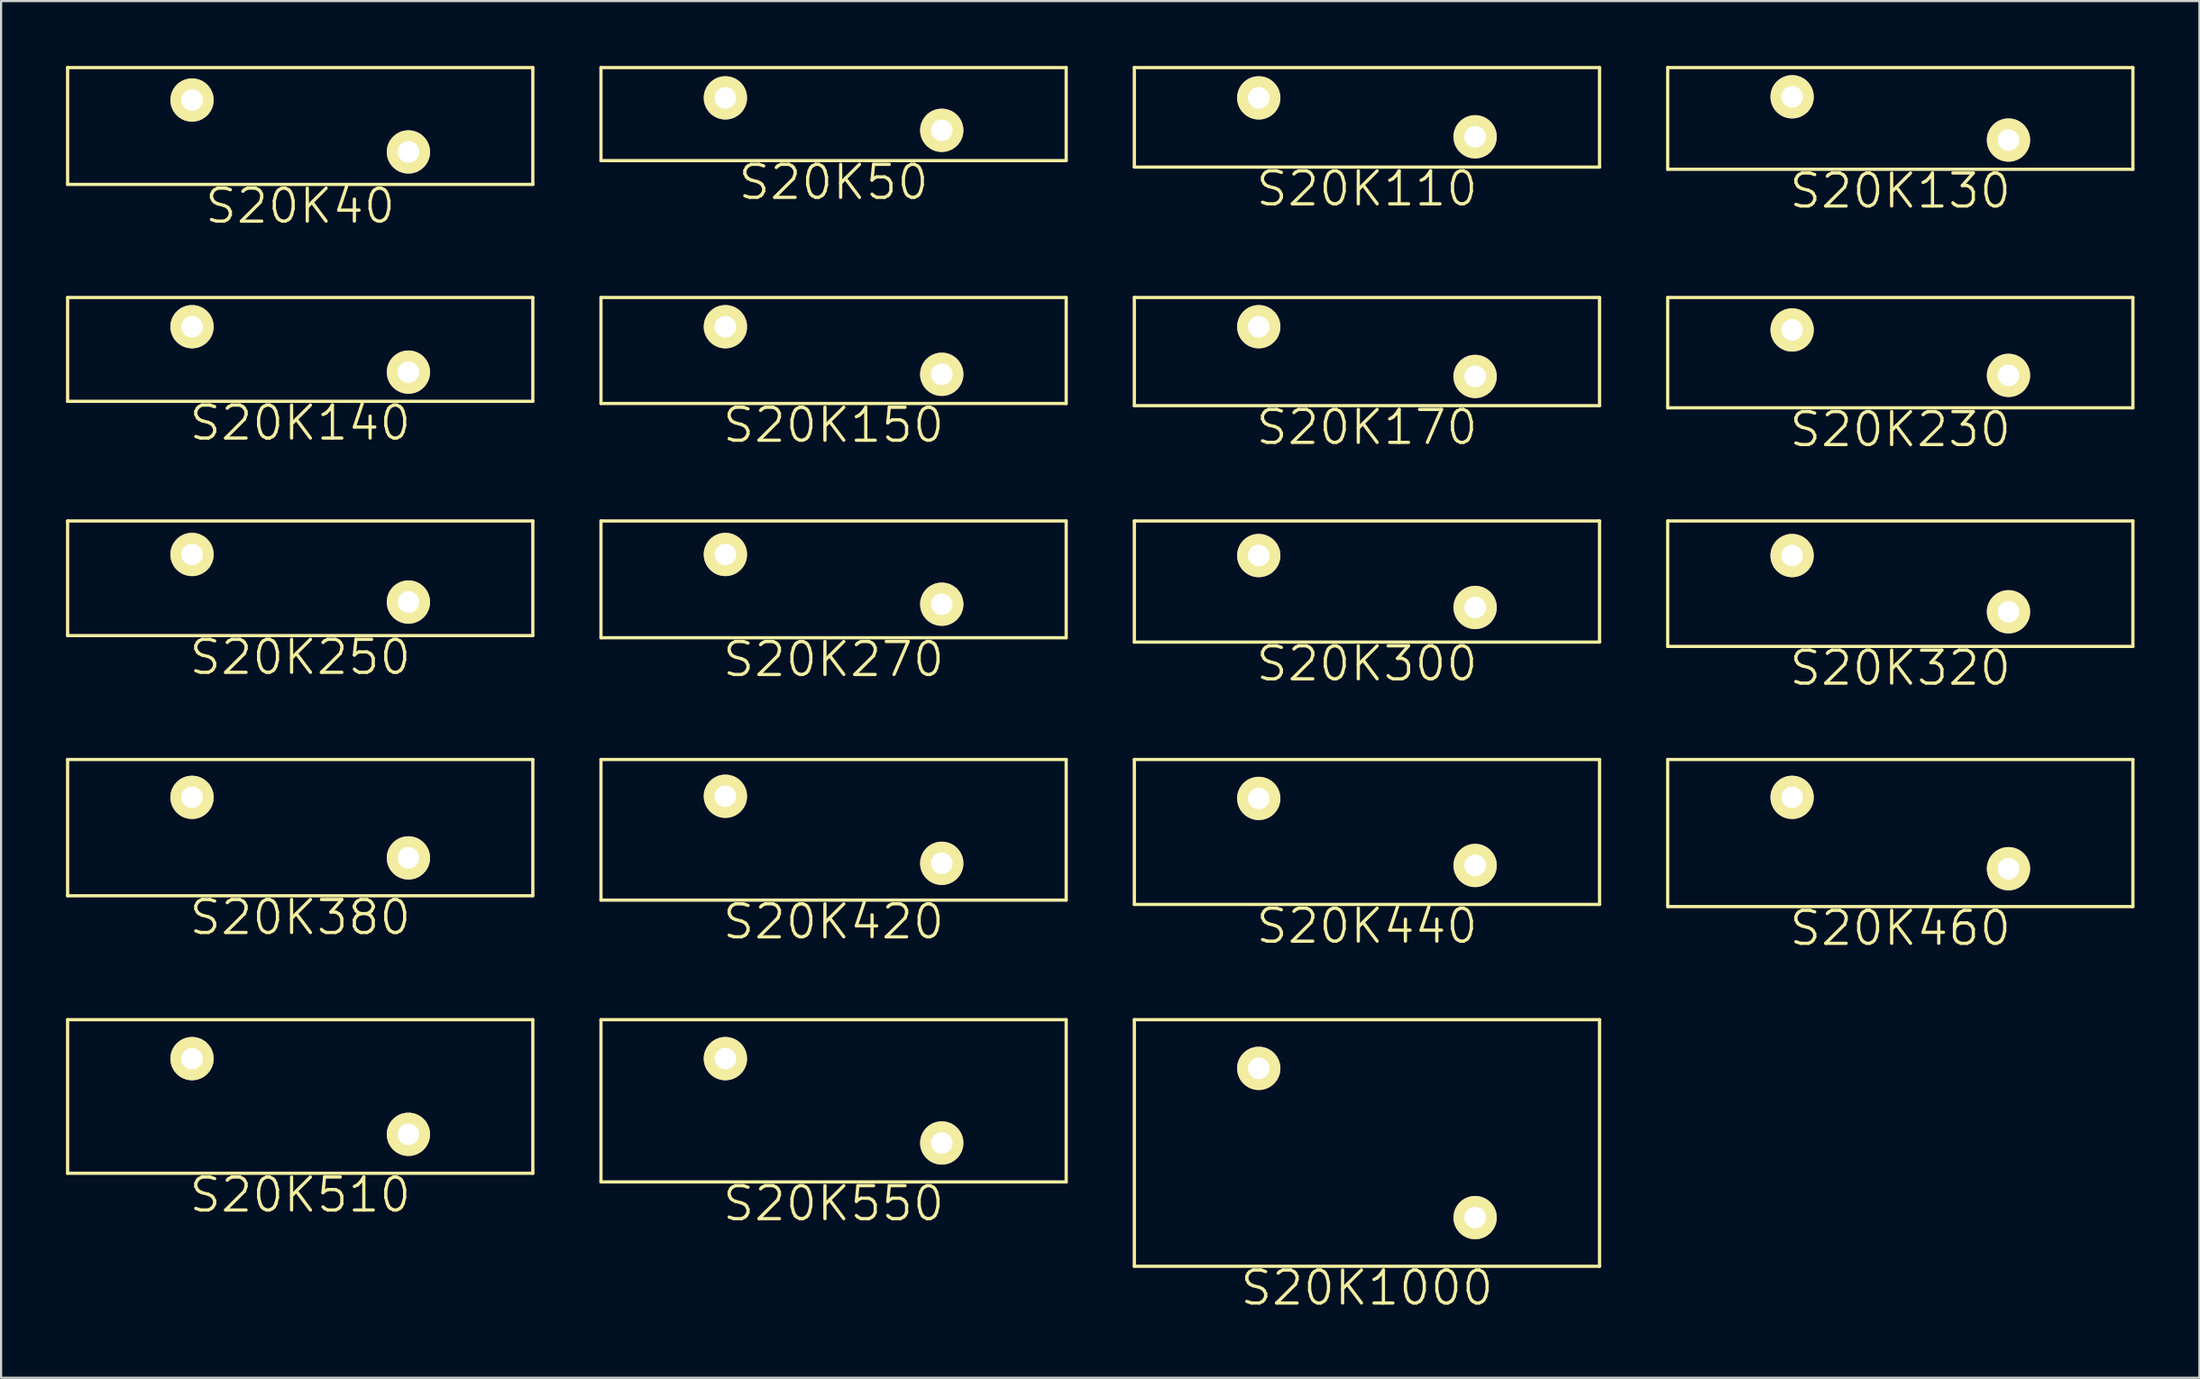
<source format=kicad_pcb>
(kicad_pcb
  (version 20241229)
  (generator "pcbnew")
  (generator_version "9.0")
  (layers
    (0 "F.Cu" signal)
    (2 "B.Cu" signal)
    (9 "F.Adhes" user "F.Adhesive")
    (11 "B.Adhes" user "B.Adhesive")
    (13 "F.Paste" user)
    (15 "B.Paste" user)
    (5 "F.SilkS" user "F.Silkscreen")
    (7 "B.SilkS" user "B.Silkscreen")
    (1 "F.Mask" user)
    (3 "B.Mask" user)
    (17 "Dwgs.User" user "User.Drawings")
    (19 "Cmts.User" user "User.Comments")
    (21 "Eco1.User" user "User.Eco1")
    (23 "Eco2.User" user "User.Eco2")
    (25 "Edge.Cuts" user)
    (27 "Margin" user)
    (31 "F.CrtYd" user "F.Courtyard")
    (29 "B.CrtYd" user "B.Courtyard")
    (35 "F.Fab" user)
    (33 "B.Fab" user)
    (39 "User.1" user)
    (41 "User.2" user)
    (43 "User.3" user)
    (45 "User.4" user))
  (footprint "S20K510"
    (layer "F.Cu")
    (at 5.825 45.894)
    (property "Reference" "S20K510" (at 5 6.3 0) (layer "F.SilkS") (effects (font (size 1.524 1.524) (thickness 0.15))))
    (attr through_hole)
    (fp_line (start -5.75 -1.8) (end -5.75 5.3) (stroke (width 0.15) (type solid)) (layer "F.SilkS"))
    (fp_line (start -5.75 -1.8) (end 15.75 -1.8) (stroke (width 0.15) (type solid)) (layer "F.SilkS"))
    (fp_line (start -5.75 5.3) (end 15.75 5.3) (stroke (width 0.15) (type solid)) (layer "F.SilkS"))
    (fp_line (start 15.75 -1.8) (end 15.75 5.3) (stroke (width 0.15) (type solid)) (layer "F.SilkS"))
    (pad "1" thru_hole circle (at 0 0) (size 2 2) (drill 1) (layers "*.Cu" "*.Mask" "F.SilkS"))
    (pad "2" thru_hole circle (at 10 3.5) (size 2 2) (drill 1) (layers "*.Cu" "*.Mask" "F.SilkS")))
  (footprint "S20K300"
    (layer "F.Cu")
    (at 55.125 22.635)
    (property "Reference" "S20K300" (at 5 5 0) (layer "F.SilkS") (effects (font (size 1.524 1.524) (thickness 0.15))))
    (attr through_hole)
    (fp_line (start -5.75 -1.6) (end -5.75 4) (stroke (width 0.15) (type solid)) (layer "F.SilkS"))
    (fp_line (start -5.75 -1.6) (end 15.75 -1.6) (stroke (width 0.15) (type solid)) (layer "F.SilkS"))
    (fp_line (start -5.75 4) (end 15.75 4) (stroke (width 0.15) (type solid)) (layer "F.SilkS"))
    (fp_line (start 15.75 -1.6) (end 15.75 4) (stroke (width 0.15) (type solid)) (layer "F.SilkS"))
    (pad "1" thru_hole circle (at 0 0) (size 2 2) (drill 1) (layers "*.Cu" "*.Mask" "F.SilkS"))
    (pad "2" thru_hole circle (at 10 2.4) (size 2 2) (drill 1) (layers "*.Cu" "*.Mask" "F.SilkS")))
  (footprint "S20K150"
    (layer "F.Cu")
    (at 30.475 12.055)
    (property "Reference" "S20K150" (at 5 4.55 0) (layer "F.SilkS") (effects (font (size 1.524 1.524) (thickness 0.15))))
    (attr through_hole)
    (fp_line (start -5.75 -1.35) (end -5.75 3.55) (stroke (width 0.15) (type solid)) (layer "F.SilkS"))
    (fp_line (start -5.75 -1.35) (end 15.75 -1.35) (stroke (width 0.15) (type solid)) (layer "F.SilkS"))
    (fp_line (start -5.75 3.55) (end 15.75 3.55) (stroke (width 0.15) (type solid)) (layer "F.SilkS"))
    (fp_line (start 15.75 -1.35) (end 15.75 3.55) (stroke (width 0.15) (type solid)) (layer "F.SilkS"))
    (pad "1" thru_hole circle (at 0 0) (size 2 2) (drill 1) (layers "*.Cu" "*.Mask" "F.SilkS"))
    (pad "2" thru_hole circle (at 10 2.2) (size 2 2) (drill 1) (layers "*.Cu" "*.Mask" "F.SilkS")))
  (footprint "S20K40"
    (layer "F.Cu")
    (at 5.825 1.575)
    (property "Reference" "S20K40" (at 5 4.9 0) (layer "F.SilkS") (effects (font (size 1.524 1.524) (thickness 0.15))))
    (attr through_hole)
    (fp_line (start -5.75 -1.5) (end -5.75 3.9) (stroke (width 0.15) (type solid)) (layer "F.SilkS"))
    (fp_line (start -5.75 -1.5) (end 15.75 -1.5) (stroke (width 0.15) (type solid)) (layer "F.SilkS"))
    (fp_line (start -5.75 3.9) (end 15.75 3.9) (stroke (width 0.15) (type solid)) (layer "F.SilkS"))
    (fp_line (start 15.75 -1.5) (end 15.75 3.9) (stroke (width 0.15) (type solid)) (layer "F.SilkS"))
    (pad "1" thru_hole circle (at 0 0) (size 2 2) (drill 1) (layers "*.Cu" "*.Mask" "F.SilkS"))
    (pad "2" thru_hole circle (at 10 2.4) (size 2 2) (drill 1) (layers "*.Cu" "*.Mask" "F.SilkS")))
  (footprint "S20K440"
    (layer "F.Cu")
    (at 55.125 33.864)
    (property "Reference" "S20K440" (at 5 5.9 0) (layer "F.SilkS") (effects (font (size 1.524 1.524) (thickness 0.15))))
    (attr through_hole)
    (fp_line (start -5.75 -1.8) (end -5.75 4.9) (stroke (width 0.15) (type solid)) (layer "F.SilkS"))
    (fp_line (start -5.75 -1.8) (end 15.75 -1.8) (stroke (width 0.15) (type solid)) (layer "F.SilkS"))
    (fp_line (start -5.75 4.9) (end 15.75 4.9) (stroke (width 0.15) (type solid)) (layer "F.SilkS"))
    (fp_line (start 15.75 -1.8) (end 15.75 4.9) (stroke (width 0.15) (type solid)) (layer "F.SilkS"))
    (pad "1" thru_hole circle (at 0 0) (size 2 2) (drill 1) (layers "*.Cu" "*.Mask" "F.SilkS"))
    (pad "2" thru_hole circle (at 10 3.1) (size 2 2) (drill 1) (layers "*.Cu" "*.Mask" "F.SilkS")))
  (footprint "S20K550"
    (layer "F.Cu")
    (at 30.475 45.894)
    (property "Reference" "S20K550" (at 5 6.7 0) (layer "F.SilkS") (effects (font (size 1.524 1.524) (thickness 0.15))))
    (attr through_hole)
    (fp_line (start -5.75 -1.8) (end -5.75 5.7) (stroke (width 0.15) (type solid)) (layer "F.SilkS"))
    (fp_line (start -5.75 -1.8) (end 15.75 -1.8) (stroke (width 0.15) (type solid)) (layer "F.SilkS"))
    (fp_line (start -5.75 5.7) (end 15.75 5.7) (stroke (width 0.15) (type solid)) (layer "F.SilkS"))
    (fp_line (start 15.75 -1.8) (end 15.75 5.7) (stroke (width 0.15) (type solid)) (layer "F.SilkS"))
    (pad "1" thru_hole circle (at 0 0) (size 2 2) (drill 1) (layers "*.Cu" "*.Mask" "F.SilkS"))
    (pad "2" thru_hole circle (at 10 3.9) (size 2 2) (drill 1) (layers "*.Cu" "*.Mask" "F.SilkS")))
  (footprint "S20K170"
    (layer "F.Cu")
    (at 55.125 12.055)
    (property "Reference" "S20K170" (at 5 4.65 0) (layer "F.SilkS") (effects (font (size 1.524 1.524) (thickness 0.15))))
    (attr through_hole)
    (fp_line (start -5.75 -1.35) (end -5.75 3.65) (stroke (width 0.15) (type solid)) (layer "F.SilkS"))
    (fp_line (start -5.75 -1.35) (end 15.75 -1.35) (stroke (width 0.15) (type solid)) (layer "F.SilkS"))
    (fp_line (start -5.75 3.65) (end 15.75 3.65) (stroke (width 0.15) (type solid)) (layer "F.SilkS"))
    (fp_line (start 15.75 -1.35) (end 15.75 3.65) (stroke (width 0.15) (type solid)) (layer "F.SilkS"))
    (pad "1" thru_hole circle (at 0 0) (size 2 2) (drill 1) (layers "*.Cu" "*.Mask" "F.SilkS"))
    (pad "2" thru_hole circle (at 10 2.3) (size 2 2) (drill 1) (layers "*.Cu" "*.Mask" "F.SilkS")))
  (footprint "S20K320"
    (layer "F.Cu")
    (at 79.775 22.635)
    (property "Reference" "S20K320" (at 5 5.2 0) (layer "F.SilkS") (effects (font (size 1.524 1.524) (thickness 0.15))))
    (attr through_hole)
    (fp_line (start -5.75 -1.6) (end -5.75 4.2) (stroke (width 0.15) (type solid)) (layer "F.SilkS"))
    (fp_line (start -5.75 -1.6) (end 15.75 -1.6) (stroke (width 0.15) (type solid)) (layer "F.SilkS"))
    (fp_line (start -5.75 4.2) (end 15.75 4.2) (stroke (width 0.15) (type solid)) (layer "F.SilkS"))
    (fp_line (start 15.75 -1.6) (end 15.75 4.2) (stroke (width 0.15) (type solid)) (layer "F.SilkS"))
    (pad "1" thru_hole circle (at 0 0) (size 2 2) (drill 1) (layers "*.Cu" "*.Mask" "F.SilkS"))
    (pad "2" thru_hole circle (at 10 2.6) (size 2 2) (drill 1) (layers "*.Cu" "*.Mask" "F.SilkS")))
  (footprint "S20K1000"
    (layer "F.Cu")
    (at 55.125 46.344)
    (property "Reference" "S20K1000" (at 5 10.15 0) (layer "F.SilkS") (effects (font (size 1.524 1.524) (thickness 0.15))))
    (attr through_hole)
    (fp_line (start -5.75 -2.25) (end -5.75 9.15) (stroke (width 0.15) (type solid)) (layer "F.SilkS"))
    (fp_line (start -5.75 -2.25) (end 15.75 -2.25) (stroke (width 0.15) (type solid)) (layer "F.SilkS"))
    (fp_line (start -5.75 9.15) (end 15.75 9.15) (stroke (width 0.15) (type solid)) (layer "F.SilkS"))
    (fp_line (start 15.75 -2.25) (end 15.75 9.15) (stroke (width 0.15) (type solid)) (layer "F.SilkS"))
    (pad "1" thru_hole circle (at 0 0) (size 2 2) (drill 1) (layers "*.Cu" "*.Mask" "F.SilkS"))
    (pad "2" thru_hole circle (at 10 6.9) (size 2 2) (drill 1) (layers "*.Cu" "*.Mask" "F.SilkS")))
  (footprint "S20K110"
    (layer "F.Cu")
    (at 55.125 1.475)
    (property "Reference" "S20K110" (at 5 4.2 0) (layer "F.SilkS") (effects (font (size 1.524 1.524) (thickness 0.15))))
    (attr through_hole)
    (fp_line (start -5.75 -1.4) (end -5.75 3.2) (stroke (width 0.15) (type solid)) (layer "F.SilkS"))
    (fp_line (start -5.75 -1.4) (end 15.75 -1.4) (stroke (width 0.15) (type solid)) (layer "F.SilkS"))
    (fp_line (start -5.75 3.2) (end 15.75 3.2) (stroke (width 0.15) (type solid)) (layer "F.SilkS"))
    (fp_line (start 15.75 -1.4) (end 15.75 3.2) (stroke (width 0.15) (type solid)) (layer "F.SilkS"))
    (pad "1" thru_hole circle (at 0 0) (size 2 2) (drill 1) (layers "*.Cu" "*.Mask" "F.SilkS"))
    (pad "2" thru_hole circle (at 10 1.8) (size 2 2) (drill 1) (layers "*.Cu" "*.Mask" "F.SilkS")))
  (footprint "S20K460"
    (layer "F.Cu")
    (at 79.775 33.814)
    (property "Reference" "S20K460" (at 5 6.05 0) (layer "F.SilkS") (effects (font (size 1.524 1.524) (thickness 0.15))))
    (attr through_hole)
    (fp_line (start -5.75 -1.75) (end -5.75 5.05) (stroke (width 0.15) (type solid)) (layer "F.SilkS"))
    (fp_line (start -5.75 -1.75) (end 15.75 -1.75) (stroke (width 0.15) (type solid)) (layer "F.SilkS"))
    (fp_line (start -5.75 5.05) (end 15.75 5.05) (stroke (width 0.15) (type solid)) (layer "F.SilkS"))
    (fp_line (start 15.75 -1.75) (end 15.75 5.05) (stroke (width 0.15) (type solid)) (layer "F.SilkS"))
    (pad "1" thru_hole circle (at 0 0) (size 2 2) (drill 1) (layers "*.Cu" "*.Mask" "F.SilkS"))
    (pad "2" thru_hole circle (at 10 3.3) (size 2 2) (drill 1) (layers "*.Cu" "*.Mask" "F.SilkS")))
  (footprint "S20K380"
    (layer "F.Cu")
    (at 5.825 33.814)
    (property "Reference" "S20K380" (at 5 5.55 0) (layer "F.SilkS") (effects (font (size 1.524 1.524) (thickness 0.15))))
    (attr through_hole)
    (fp_line (start -5.75 -1.75) (end -5.75 4.55) (stroke (width 0.15) (type solid)) (layer "F.SilkS"))
    (fp_line (start -5.75 -1.75) (end 15.75 -1.75) (stroke (width 0.15) (type solid)) (layer "F.SilkS"))
    (fp_line (start -5.75 4.55) (end 15.75 4.55) (stroke (width 0.15) (type solid)) (layer "F.SilkS"))
    (fp_line (start 15.75 -1.75) (end 15.75 4.55) (stroke (width 0.15) (type solid)) (layer "F.SilkS"))
    (pad "1" thru_hole circle (at 0 0) (size 2 2) (drill 1) (layers "*.Cu" "*.Mask" "F.SilkS"))
    (pad "2" thru_hole circle (at 10 2.8) (size 2 2) (drill 1) (layers "*.Cu" "*.Mask" "F.SilkS")))
  (footprint "S20K420"
    (layer "F.Cu")
    (at 30.475 33.764)
    (property "Reference" "S20K420" (at 5 5.8 0) (layer "F.SilkS") (effects (font (size 1.524 1.524) (thickness 0.15))))
    (attr through_hole)
    (fp_line (start -5.75 -1.7) (end -5.75 4.8) (stroke (width 0.15) (type solid)) (layer "F.SilkS"))
    (fp_line (start -5.75 -1.7) (end 15.75 -1.7) (stroke (width 0.15) (type solid)) (layer "F.SilkS"))
    (fp_line (start -5.75 4.8) (end 15.75 4.8) (stroke (width 0.15) (type solid)) (layer "F.SilkS"))
    (fp_line (start 15.75 -1.7) (end 15.75 4.8) (stroke (width 0.15) (type solid)) (layer "F.SilkS"))
    (pad "1" thru_hole circle (at 0 0) (size 2 2) (drill 1) (layers "*.Cu" "*.Mask" "F.SilkS"))
    (pad "2" thru_hole circle (at 10 3.1) (size 2 2) (drill 1) (layers "*.Cu" "*.Mask" "F.SilkS")))
  (footprint "S20K230"
    (layer "F.Cu")
    (at 79.775 12.205)
    (property "Reference" "S20K230" (at 5 4.6 0) (layer "F.SilkS") (effects (font (size 1.524 1.524) (thickness 0.15))))
    (attr through_hole)
    (fp_line (start -5.75 -1.5) (end -5.75 3.6) (stroke (width 0.15) (type solid)) (layer "F.SilkS"))
    (fp_line (start -5.75 -1.5) (end 15.75 -1.5) (stroke (width 0.15) (type solid)) (layer "F.SilkS"))
    (fp_line (start -5.75 3.6) (end 15.75 3.6) (stroke (width 0.15) (type solid)) (layer "F.SilkS"))
    (fp_line (start 15.75 -1.5) (end 15.75 3.6) (stroke (width 0.15) (type solid)) (layer "F.SilkS"))
    (pad "1" thru_hole circle (at 0 0) (size 2 2) (drill 1) (layers "*.Cu" "*.Mask" "F.SilkS"))
    (pad "2" thru_hole circle (at 10 2.1) (size 2 2) (drill 1) (layers "*.Cu" "*.Mask" "F.SilkS")))
  (footprint "S20K140"
    (layer "F.Cu")
    (at 5.825 12.055)
    (property "Reference" "S20K140" (at 5 4.45 0) (layer "F.SilkS") (effects (font (size 1.524 1.524) (thickness 0.15))))
    (attr through_hole)
    (fp_line (start -5.75 -1.35) (end -5.75 3.45) (stroke (width 0.15) (type solid)) (layer "F.SilkS"))
    (fp_line (start -5.75 -1.35) (end 15.75 -1.35) (stroke (width 0.15) (type solid)) (layer "F.SilkS"))
    (fp_line (start -5.75 3.45) (end 15.75 3.45) (stroke (width 0.15) (type solid)) (layer "F.SilkS"))
    (fp_line (start 15.75 -1.35) (end 15.75 3.45) (stroke (width 0.15) (type solid)) (layer "F.SilkS"))
    (pad "1" thru_hole circle (at 0 0) (size 2 2) (drill 1) (layers "*.Cu" "*.Mask" "F.SilkS"))
    (pad "2" thru_hole circle (at 10 2.1) (size 2 2) (drill 1) (layers "*.Cu" "*.Mask" "F.SilkS")))
  (footprint "S20K250"
    (layer "F.Cu")
    (at 5.825 22.585)
    (property "Reference" "S20K250" (at 5 4.75 0) (layer "F.SilkS") (effects (font (size 1.524 1.524) (thickness 0.15))))
    (attr through_hole)
    (fp_line (start -5.75 -1.55) (end -5.75 3.75) (stroke (width 0.15) (type solid)) (layer "F.SilkS"))
    (fp_line (start -5.75 -1.55) (end 15.75 -1.55) (stroke (width 0.15) (type solid)) (layer "F.SilkS"))
    (fp_line (start -5.75 3.75) (end 15.75 3.75) (stroke (width 0.15) (type solid)) (layer "F.SilkS"))
    (fp_line (start 15.75 -1.55) (end 15.75 3.75) (stroke (width 0.15) (type solid)) (layer "F.SilkS"))
    (pad "1" thru_hole circle (at 0 0) (size 2 2) (drill 1) (layers "*.Cu" "*.Mask" "F.SilkS"))
    (pad "2" thru_hole circle (at 10 2.2) (size 2 2) (drill 1) (layers "*.Cu" "*.Mask" "F.SilkS")))
  (footprint "S20K130"
    (layer "F.Cu")
    (at 79.775 1.425)
    (property "Reference" "S20K130" (at 5 4.35 0) (layer "F.SilkS") (effects (font (size 1.524 1.524) (thickness 0.15))))
    (attr through_hole)
    (fp_line (start -5.75 -1.35) (end -5.75 3.35) (stroke (width 0.15) (type solid)) (layer "F.SilkS"))
    (fp_line (start -5.75 -1.35) (end 15.75 -1.35) (stroke (width 0.15) (type solid)) (layer "F.SilkS"))
    (fp_line (start -5.75 3.35) (end 15.75 3.35) (stroke (width 0.15) (type solid)) (layer "F.SilkS"))
    (fp_line (start 15.75 -1.35) (end 15.75 3.35) (stroke (width 0.15) (type solid)) (layer "F.SilkS"))
    (pad "1" thru_hole circle (at 0 0) (size 2 2) (drill 1) (layers "*.Cu" "*.Mask" "F.SilkS"))
    (pad "2" thru_hole circle (at 10 2) (size 2 2) (drill 1) (layers "*.Cu" "*.Mask" "F.SilkS")))
  (footprint "S20K270"
    (layer "F.Cu")
    (at 30.475 22.585)
    (property "Reference" "S20K270" (at 5 4.85 0) (layer "F.SilkS") (effects (font (size 1.524 1.524) (thickness 0.15))))
    (attr through_hole)
    (fp_line (start -5.75 -1.55) (end -5.75 3.85) (stroke (width 0.15) (type solid)) (layer "F.SilkS"))
    (fp_line (start -5.75 -1.55) (end 15.75 -1.55) (stroke (width 0.15) (type solid)) (layer "F.SilkS"))
    (fp_line (start -5.75 3.85) (end 15.75 3.85) (stroke (width 0.15) (type solid)) (layer "F.SilkS"))
    (fp_line (start 15.75 -1.55) (end 15.75 3.85) (stroke (width 0.15) (type solid)) (layer "F.SilkS"))
    (pad "1" thru_hole circle (at 0 0) (size 2 2) (drill 1) (layers "*.Cu" "*.Mask" "F.SilkS"))
    (pad "2" thru_hole circle (at 10 2.3) (size 2 2) (drill 1) (layers "*.Cu" "*.Mask" "F.SilkS")))
  (footprint "S20K50"
    (layer "F.Cu")
    (at 30.475 1.475)
    (property "Reference" "S20K50" (at 5 3.9 0) (layer "F.SilkS") (effects (font (size 1.524 1.524) (thickness 0.15))))
    (attr through_hole)
    (fp_line (start -5.75 -1.4) (end -5.75 2.9) (stroke (width 0.15) (type solid)) (layer "F.SilkS"))
    (fp_line (start -5.75 -1.4) (end 15.75 -1.4) (stroke (width 0.15) (type solid)) (layer "F.SilkS"))
    (fp_line (start -5.75 2.9) (end 15.75 2.9) (stroke (width 0.15) (type solid)) (layer "F.SilkS"))
    (fp_line (start 15.75 -1.4) (end 15.75 2.9) (stroke (width 0.15) (type solid)) (layer "F.SilkS"))
    (pad "1" thru_hole circle (at 0 0) (size 2 2) (drill 1) (layers "*.Cu" "*.Mask" "F.SilkS"))
    (pad "2" thru_hole circle (at 10 1.5) (size 2 2) (drill 1) (layers "*.Cu" "*.Mask" "F.SilkS")))
  (gr_rect
    (start -3 -3)
    (end 98.6 60.649)
    (stroke (width 0.1) (type default))
    (fill no)
    (layer "Edge.Cuts")))
</source>
